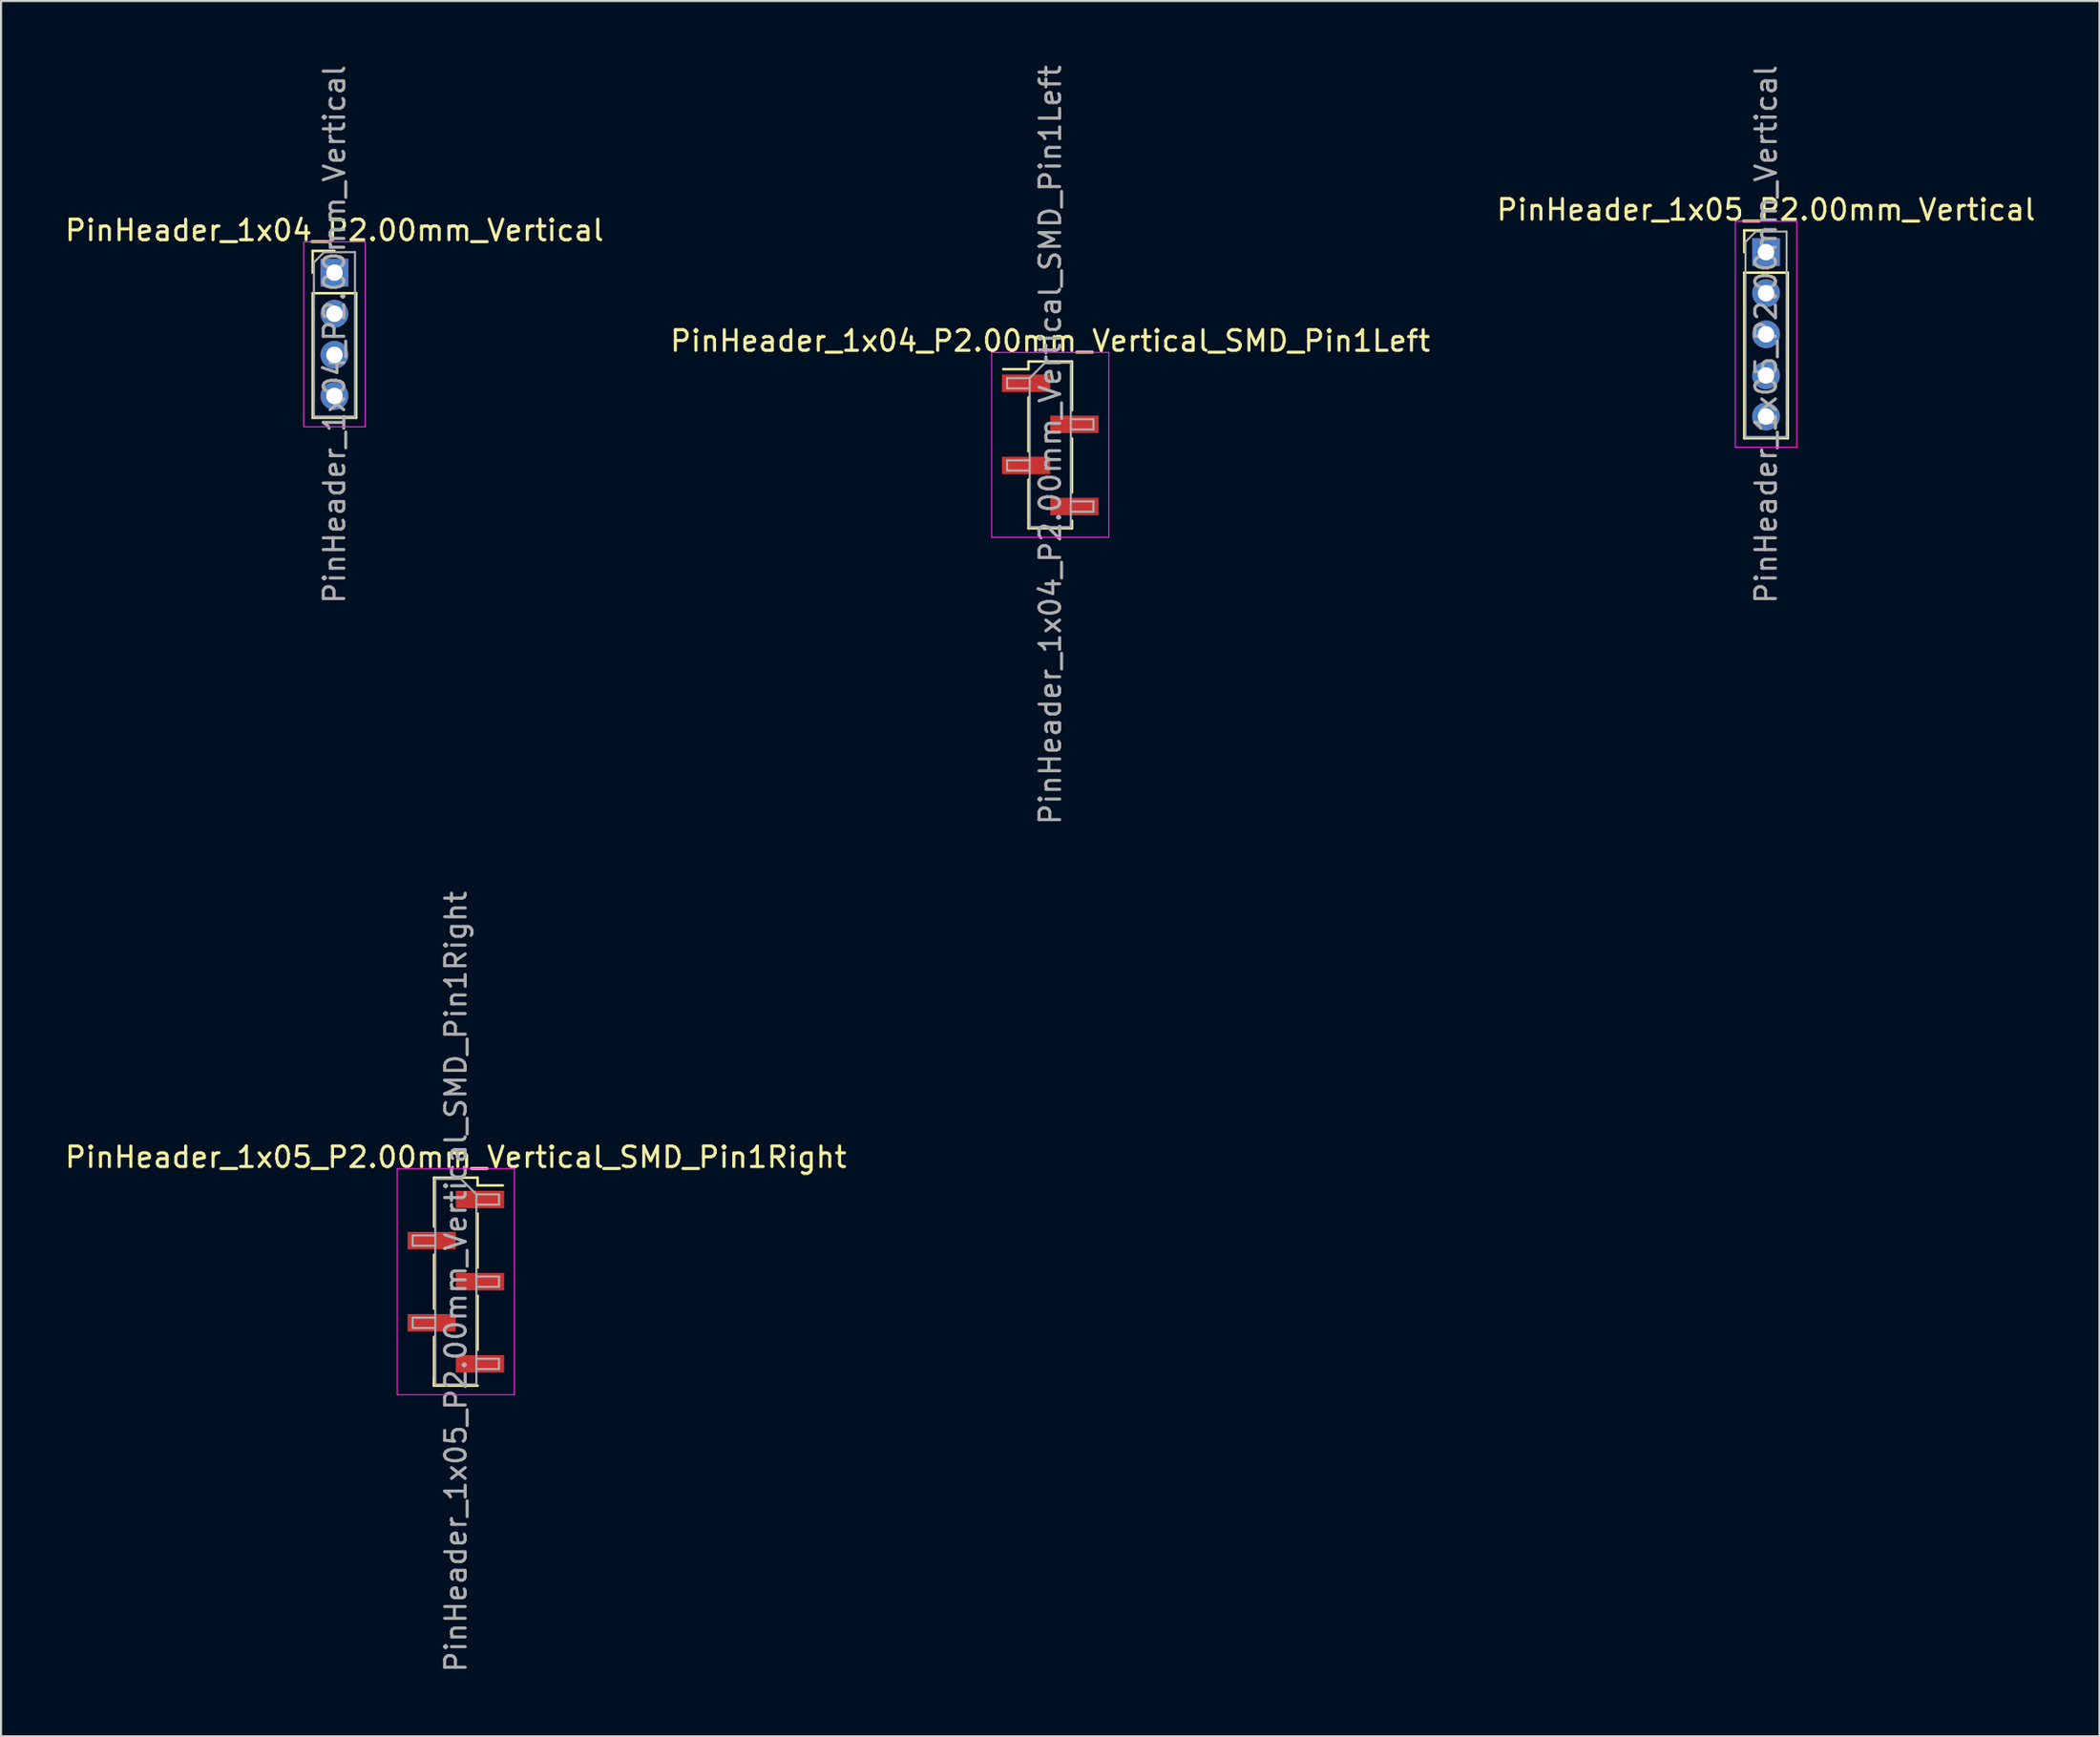
<source format=kicad_pcb>
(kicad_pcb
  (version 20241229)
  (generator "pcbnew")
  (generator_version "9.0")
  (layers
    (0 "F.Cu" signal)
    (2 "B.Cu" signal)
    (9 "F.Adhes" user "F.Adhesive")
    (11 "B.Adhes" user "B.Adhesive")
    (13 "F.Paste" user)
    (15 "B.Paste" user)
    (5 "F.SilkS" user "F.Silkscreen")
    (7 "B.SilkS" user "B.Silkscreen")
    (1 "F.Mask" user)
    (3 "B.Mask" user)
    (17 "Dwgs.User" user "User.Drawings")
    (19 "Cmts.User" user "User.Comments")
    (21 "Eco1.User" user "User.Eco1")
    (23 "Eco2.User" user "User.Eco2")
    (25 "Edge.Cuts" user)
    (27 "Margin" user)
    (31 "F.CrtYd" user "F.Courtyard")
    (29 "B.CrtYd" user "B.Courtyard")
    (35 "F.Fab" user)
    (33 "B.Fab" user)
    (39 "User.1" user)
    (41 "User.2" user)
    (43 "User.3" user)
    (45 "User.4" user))
  (footprint "PinHeader_1x04_P2.00mm_Vertical"
    (layer "F.Cu")
    (at 13.22 10.22)
    (property "Reference" "PinHeader_1x04_P2.00mm_Vertical" (at 0 -2.06 0) (layer "F.SilkS") (effects (font (size 1 1) (thickness 0.15))))
    (attr through_hole)
    (fp_line (start -1.06 -1.06) (end 0 -1.06) (stroke (width 0.12) (type solid)) (layer "F.SilkS"))
    (fp_line (start -1.06 0) (end -1.06 -1.06) (stroke (width 0.12) (type solid)) (layer "F.SilkS"))
    (fp_line (start -1.06 1) (end -1.06 7.06) (stroke (width 0.12) (type solid)) (layer "F.SilkS"))
    (fp_line (start -1.06 1) (end 1.06 1) (stroke (width 0.12) (type solid)) (layer "F.SilkS"))
    (fp_line (start -1.06 7.06) (end 1.06 7.06) (stroke (width 0.12) (type solid)) (layer "F.SilkS"))
    (fp_line (start 1.06 1) (end 1.06 7.06) (stroke (width 0.12) (type solid)) (layer "F.SilkS"))
    (fp_line (start -1.5 -1.5) (end -1.5 7.5) (stroke (width 0.05) (type solid)) (layer "F.CrtYd"))
    (fp_line (start -1.5 7.5) (end 1.5 7.5) (stroke (width 0.05) (type solid)) (layer "F.CrtYd"))
    (fp_line (start 1.5 -1.5) (end -1.5 -1.5) (stroke (width 0.05) (type solid)) (layer "F.CrtYd"))
    (fp_line (start 1.5 7.5) (end 1.5 -1.5) (stroke (width 0.05) (type solid)) (layer "F.CrtYd"))
    (fp_line (start -1 -0.5) (end -0.5 -1) (stroke (width 0.1) (type solid)) (layer "F.Fab"))
    (fp_line (start -1 7) (end -1 -0.5) (stroke (width 0.1) (type solid)) (layer "F.Fab"))
    (fp_line (start -0.5 -1) (end 1 -1) (stroke (width 0.1) (type solid)) (layer "F.Fab"))
    (fp_line (start 1 -1) (end 1 7) (stroke (width 0.1) (type solid)) (layer "F.Fab"))
    (fp_line (start 1 7) (end -1 7) (stroke (width 0.1) (type solid)) (layer "F.Fab"))
    (fp_text user "${REFERENCE}" (at 0 3 90) (layer "F.Fab") (effects (font (size 1 1) (thickness 0.15))))
    (pad "1" thru_hole rect (at 0 0) (size 1.35 1.35) (drill 0.8) (layers "*.Cu" "*.Mask"))
    (pad "2" thru_hole oval (at 0 2) (size 1.35 1.35) (drill 0.8) (layers "*.Cu" "*.Mask"))
    (pad "3" thru_hole oval (at 0 4) (size 1.35 1.35) (drill 0.8) (layers "*.Cu" "*.Mask"))
    (pad "4" thru_hole oval (at 0 6) (size 1.35 1.35) (drill 0.8) (layers "*.Cu" "*.Mask")))
  (footprint "PinHeader_1x05_P2.00mm_Vertical_SMD_Pin1Right"
    (layer "F.Cu")
    (at 19.125 59.327)
    (property "Reference" "PinHeader_1x05_P2.00mm_Vertical_SMD_Pin1Right" (at 0 -6.06 0) (layer "F.SilkS") (effects (font (size 1 1) (thickness 0.15))))
    (attr smd)
    (fp_line (start -1.06 -5.06) (end -1.06 -2.685) (stroke (width 0.12) (type solid)) (layer "F.SilkS"))
    (fp_line (start -1.06 -5.06) (end 1.06 -5.06) (stroke (width 0.12) (type solid)) (layer "F.SilkS"))
    (fp_line (start -1.06 -1.315) (end -1.06 1.315) (stroke (width 0.12) (type solid)) (layer "F.SilkS"))
    (fp_line (start -1.06 2.685) (end -1.06 5.06) (stroke (width 0.12) (type solid)) (layer "F.SilkS"))
    (fp_line (start -1.06 4.685) (end -1.06 5.06) (stroke (width 0.12) (type solid)) (layer "F.SilkS"))
    (fp_line (start -1.06 5.06) (end 1.06 5.06) (stroke (width 0.12) (type solid)) (layer "F.SilkS"))
    (fp_line (start 1.06 -5.06) (end 1.06 -4.685) (stroke (width 0.12) (type solid)) (layer "F.SilkS"))
    (fp_line (start 1.06 -4.685) (end 2.29 -4.685) (stroke (width 0.12) (type solid)) (layer "F.SilkS"))
    (fp_line (start 1.06 -3.315) (end 1.06 -0.685) (stroke (width 0.12) (type solid)) (layer "F.SilkS"))
    (fp_line (start 1.06 0.685) (end 1.06 3.315) (stroke (width 0.12) (type solid)) (layer "F.SilkS"))
    (fp_line (start -2.85 -5.5) (end -2.85 5.5) (stroke (width 0.05) (type solid)) (layer "F.CrtYd"))
    (fp_line (start -2.85 5.5) (end 2.85 5.5) (stroke (width 0.05) (type solid)) (layer "F.CrtYd"))
    (fp_line (start 2.85 -5.5) (end -2.85 -5.5) (stroke (width 0.05) (type solid)) (layer "F.CrtYd"))
    (fp_line (start 2.85 5.5) (end 2.85 -5.5) (stroke (width 0.05) (type solid)) (layer "F.CrtYd"))
    (fp_line (start -2.1 -2.25) (end -2.1 -1.75) (stroke (width 0.1) (type solid)) (layer "F.Fab"))
    (fp_line (start -2.1 -1.75) (end -1 -1.75) (stroke (width 0.1) (type solid)) (layer "F.Fab"))
    (fp_line (start -2.1 1.75) (end -2.1 2.25) (stroke (width 0.1) (type solid)) (layer "F.Fab"))
    (fp_line (start -2.1 2.25) (end -1 2.25) (stroke (width 0.1) (type solid)) (layer "F.Fab"))
    (fp_line (start -1 -5) (end -1 5) (stroke (width 0.1) (type solid)) (layer "F.Fab"))
    (fp_line (start -1 -5) (end 0.25 -5) (stroke (width 0.1) (type solid)) (layer "F.Fab"))
    (fp_line (start -1 -2.25) (end -2.1 -2.25) (stroke (width 0.1) (type solid)) (layer "F.Fab"))
    (fp_line (start -1 1.75) (end -2.1 1.75) (stroke (width 0.1) (type solid)) (layer "F.Fab"))
    (fp_line (start 1 -4.25) (end 0.25 -5) (stroke (width 0.1) (type solid)) (layer "F.Fab"))
    (fp_line (start 1 -4.25) (end 2.1 -4.25) (stroke (width 0.1) (type solid)) (layer "F.Fab"))
    (fp_line (start 1 -0.25) (end 2.1 -0.25) (stroke (width 0.1) (type solid)) (layer "F.Fab"))
    (fp_line (start 1 3.75) (end 2.1 3.75) (stroke (width 0.1) (type solid)) (layer "F.Fab"))
    (fp_line (start 1 5) (end -1 5) (stroke (width 0.1) (type solid)) (layer "F.Fab"))
    (fp_line (start 1 5) (end 1 -4.25) (stroke (width 0.1) (type solid)) (layer "F.Fab"))
    (fp_line (start 2.1 -4.25) (end 2.1 -3.75) (stroke (width 0.1) (type solid)) (layer "F.Fab"))
    (fp_line (start 2.1 -3.75) (end 1 -3.75) (stroke (width 0.1) (type solid)) (layer "F.Fab"))
    (fp_line (start 2.1 -0.25) (end 2.1 0.25) (stroke (width 0.1) (type solid)) (layer "F.Fab"))
    (fp_line (start 2.1 0.25) (end 1 0.25) (stroke (width 0.1) (type solid)) (layer "F.Fab"))
    (fp_line (start 2.1 3.75) (end 2.1 4.25) (stroke (width 0.1) (type solid)) (layer "F.Fab"))
    (fp_line (start 2.1 4.25) (end 1 4.25) (stroke (width 0.1) (type solid)) (layer "F.Fab"))
    (fp_text user "${REFERENCE}" (at 0 0 90) (layer "F.Fab") (effects (font (size 1 1) (thickness 0.15))))
    (pad "1" smd rect (at 1.175 -4) (size 2.35 0.85) (layers "F.Cu" "F.Mask" "F.Paste"))
    (pad "2" smd rect (at -1.175 -2) (size 2.35 0.85) (layers "F.Cu" "F.Mask" "F.Paste"))
    (pad "3" smd rect (at 1.175 0) (size 2.35 0.85) (layers "F.Cu" "F.Mask" "F.Paste"))
    (pad "4" smd rect (at -1.175 2) (size 2.35 0.85) (layers "F.Cu" "F.Mask" "F.Paste"))
    (pad "5" smd rect (at 1.175 4) (size 2.35 0.85) (layers "F.Cu" "F.Mask" "F.Paste")))
  (footprint "PinHeader_1x04_P2.00mm_Vertical_SMD_Pin1Left"
    (layer "F.Cu")
    (at 48.042 18.601)
    (property "Reference" "PinHeader_1x04_P2.00mm_Vertical_SMD_Pin1Left" (at 0 -5.06 0) (layer "F.SilkS") (effects (font (size 1 1) (thickness 0.15))))
    (attr smd)
    (fp_line (start -1.06 -4.06) (end -1.06 -3.685) (stroke (width 0.12) (type solid)) (layer "F.SilkS"))
    (fp_line (start -1.06 -4.06) (end 1.06 -4.06) (stroke (width 0.12) (type solid)) (layer "F.SilkS"))
    (fp_line (start -1.06 -3.685) (end -2.29 -3.685) (stroke (width 0.12) (type solid)) (layer "F.SilkS"))
    (fp_line (start -1.06 -2.315) (end -1.06 0.315) (stroke (width 0.12) (type solid)) (layer "F.SilkS"))
    (fp_line (start -1.06 1.685) (end -1.06 4.06) (stroke (width 0.12) (type solid)) (layer "F.SilkS"))
    (fp_line (start -1.06 4.06) (end 1.06 4.06) (stroke (width 0.12) (type solid)) (layer "F.SilkS"))
    (fp_line (start 1.06 -4.06) (end 1.06 -1.685) (stroke (width 0.12) (type solid)) (layer "F.SilkS"))
    (fp_line (start 1.06 -0.315) (end 1.06 2.315) (stroke (width 0.12) (type solid)) (layer "F.SilkS"))
    (fp_line (start 1.06 3.685) (end 1.06 4.06) (stroke (width 0.12) (type solid)) (layer "F.SilkS"))
    (fp_line (start -2.85 -4.5) (end -2.85 4.5) (stroke (width 0.05) (type solid)) (layer "F.CrtYd"))
    (fp_line (start -2.85 4.5) (end 2.85 4.5) (stroke (width 0.05) (type solid)) (layer "F.CrtYd"))
    (fp_line (start 2.85 -4.5) (end -2.85 -4.5) (stroke (width 0.05) (type solid)) (layer "F.CrtYd"))
    (fp_line (start 2.85 4.5) (end 2.85 -4.5) (stroke (width 0.05) (type solid)) (layer "F.CrtYd"))
    (fp_line (start -2.1 -3.25) (end -2.1 -2.75) (stroke (width 0.1) (type solid)) (layer "F.Fab"))
    (fp_line (start -2.1 -2.75) (end -1 -2.75) (stroke (width 0.1) (type solid)) (layer "F.Fab"))
    (fp_line (start -2.1 0.75) (end -2.1 1.25) (stroke (width 0.1) (type solid)) (layer "F.Fab"))
    (fp_line (start -2.1 1.25) (end -1 1.25) (stroke (width 0.1) (type solid)) (layer "F.Fab"))
    (fp_line (start -1 -3.25) (end -2.1 -3.25) (stroke (width 0.1) (type solid)) (layer "F.Fab"))
    (fp_line (start -1 -3.25) (end -0.25 -4) (stroke (width 0.1) (type solid)) (layer "F.Fab"))
    (fp_line (start -1 0.75) (end -2.1 0.75) (stroke (width 0.1) (type solid)) (layer "F.Fab"))
    (fp_line (start -1 4) (end -1 -3.25) (stroke (width 0.1) (type solid)) (layer "F.Fab"))
    (fp_line (start -0.25 -4) (end 1 -4) (stroke (width 0.1) (type solid)) (layer "F.Fab"))
    (fp_line (start 1 -4) (end 1 4) (stroke (width 0.1) (type solid)) (layer "F.Fab"))
    (fp_line (start 1 -1.25) (end 2.1 -1.25) (stroke (width 0.1) (type solid)) (layer "F.Fab"))
    (fp_line (start 1 2.75) (end 2.1 2.75) (stroke (width 0.1) (type solid)) (layer "F.Fab"))
    (fp_line (start 1 4) (end -1 4) (stroke (width 0.1) (type solid)) (layer "F.Fab"))
    (fp_line (start 2.1 -1.25) (end 2.1 -0.75) (stroke (width 0.1) (type solid)) (layer "F.Fab"))
    (fp_line (start 2.1 -0.75) (end 1 -0.75) (stroke (width 0.1) (type solid)) (layer "F.Fab"))
    (fp_line (start 2.1 2.75) (end 2.1 3.25) (stroke (width 0.1) (type solid)) (layer "F.Fab"))
    (fp_line (start 2.1 3.25) (end 1 3.25) (stroke (width 0.1) (type solid)) (layer "F.Fab"))
    (fp_text user "${REFERENCE}" (at 0 0 90) (layer "F.Fab") (effects (font (size 1 1) (thickness 0.15))))
    (pad "1" smd rect (at -1.175 -3) (size 2.35 0.85) (layers "F.Cu" "F.Mask" "F.Paste"))
    (pad "2" smd rect (at 1.175 -1) (size 2.35 0.85) (layers "F.Cu" "F.Mask" "F.Paste"))
    (pad "3" smd rect (at -1.175 1) (size 2.35 0.85) (layers "F.Cu" "F.Mask" "F.Paste"))
    (pad "4" smd rect (at 1.175 3) (size 2.35 0.85) (layers "F.Cu" "F.Mask" "F.Paste")))
  (footprint "PinHeader_1x05_P2.00mm_Vertical"
    (layer "F.Cu")
    (at 82.863 9.22)
    (property "Reference" "PinHeader_1x05_P2.00mm_Vertical" (at 0 -2.06 0) (layer "F.SilkS") (effects (font (size 1 1) (thickness 0.15))))
    (attr through_hole)
    (fp_line (start -1.06 -1.06) (end 0 -1.06) (stroke (width 0.12) (type solid)) (layer "F.SilkS"))
    (fp_line (start -1.06 0) (end -1.06 -1.06) (stroke (width 0.12) (type solid)) (layer "F.SilkS"))
    (fp_line (start -1.06 1) (end -1.06 9.06) (stroke (width 0.12) (type solid)) (layer "F.SilkS"))
    (fp_line (start -1.06 1) (end 1.06 1) (stroke (width 0.12) (type solid)) (layer "F.SilkS"))
    (fp_line (start -1.06 9.06) (end 1.06 9.06) (stroke (width 0.12) (type solid)) (layer "F.SilkS"))
    (fp_line (start 1.06 1) (end 1.06 9.06) (stroke (width 0.12) (type solid)) (layer "F.SilkS"))
    (fp_line (start -1.5 -1.5) (end -1.5 9.5) (stroke (width 0.05) (type solid)) (layer "F.CrtYd"))
    (fp_line (start -1.5 9.5) (end 1.5 9.5) (stroke (width 0.05) (type solid)) (layer "F.CrtYd"))
    (fp_line (start 1.5 -1.5) (end -1.5 -1.5) (stroke (width 0.05) (type solid)) (layer "F.CrtYd"))
    (fp_line (start 1.5 9.5) (end 1.5 -1.5) (stroke (width 0.05) (type solid)) (layer "F.CrtYd"))
    (fp_line (start -1 -0.5) (end -0.5 -1) (stroke (width 0.1) (type solid)) (layer "F.Fab"))
    (fp_line (start -1 9) (end -1 -0.5) (stroke (width 0.1) (type solid)) (layer "F.Fab"))
    (fp_line (start -0.5 -1) (end 1 -1) (stroke (width 0.1) (type solid)) (layer "F.Fab"))
    (fp_line (start 1 -1) (end 1 9) (stroke (width 0.1) (type solid)) (layer "F.Fab"))
    (fp_line (start 1 9) (end -1 9) (stroke (width 0.1) (type solid)) (layer "F.Fab"))
    (fp_text user "${REFERENCE}" (at 0 4 90) (layer "F.Fab") (effects (font (size 1 1) (thickness 0.15))))
    (pad "1" thru_hole rect (at 0 0) (size 1.35 1.35) (drill 0.8) (layers "*.Cu" "*.Mask"))
    (pad "2" thru_hole oval (at 0 2) (size 1.35 1.35) (drill 0.8) (layers "*.Cu" "*.Mask"))
    (pad "3" thru_hole oval (at 0 4) (size 1.35 1.35) (drill 0.8) (layers "*.Cu" "*.Mask"))
    (pad "4" thru_hole oval (at 0 6) (size 1.35 1.35) (drill 0.8) (layers "*.Cu" "*.Mask"))
    (pad "5" thru_hole oval (at 0 8) (size 1.35 1.35) (drill 0.8) (layers "*.Cu" "*.Mask")))
  (gr_rect
    (start -3 -3)
    (end 99.083 81.452)
    (stroke (width 0.1) (type default))
    (fill no)
    (layer "Edge.Cuts")))
</source>
